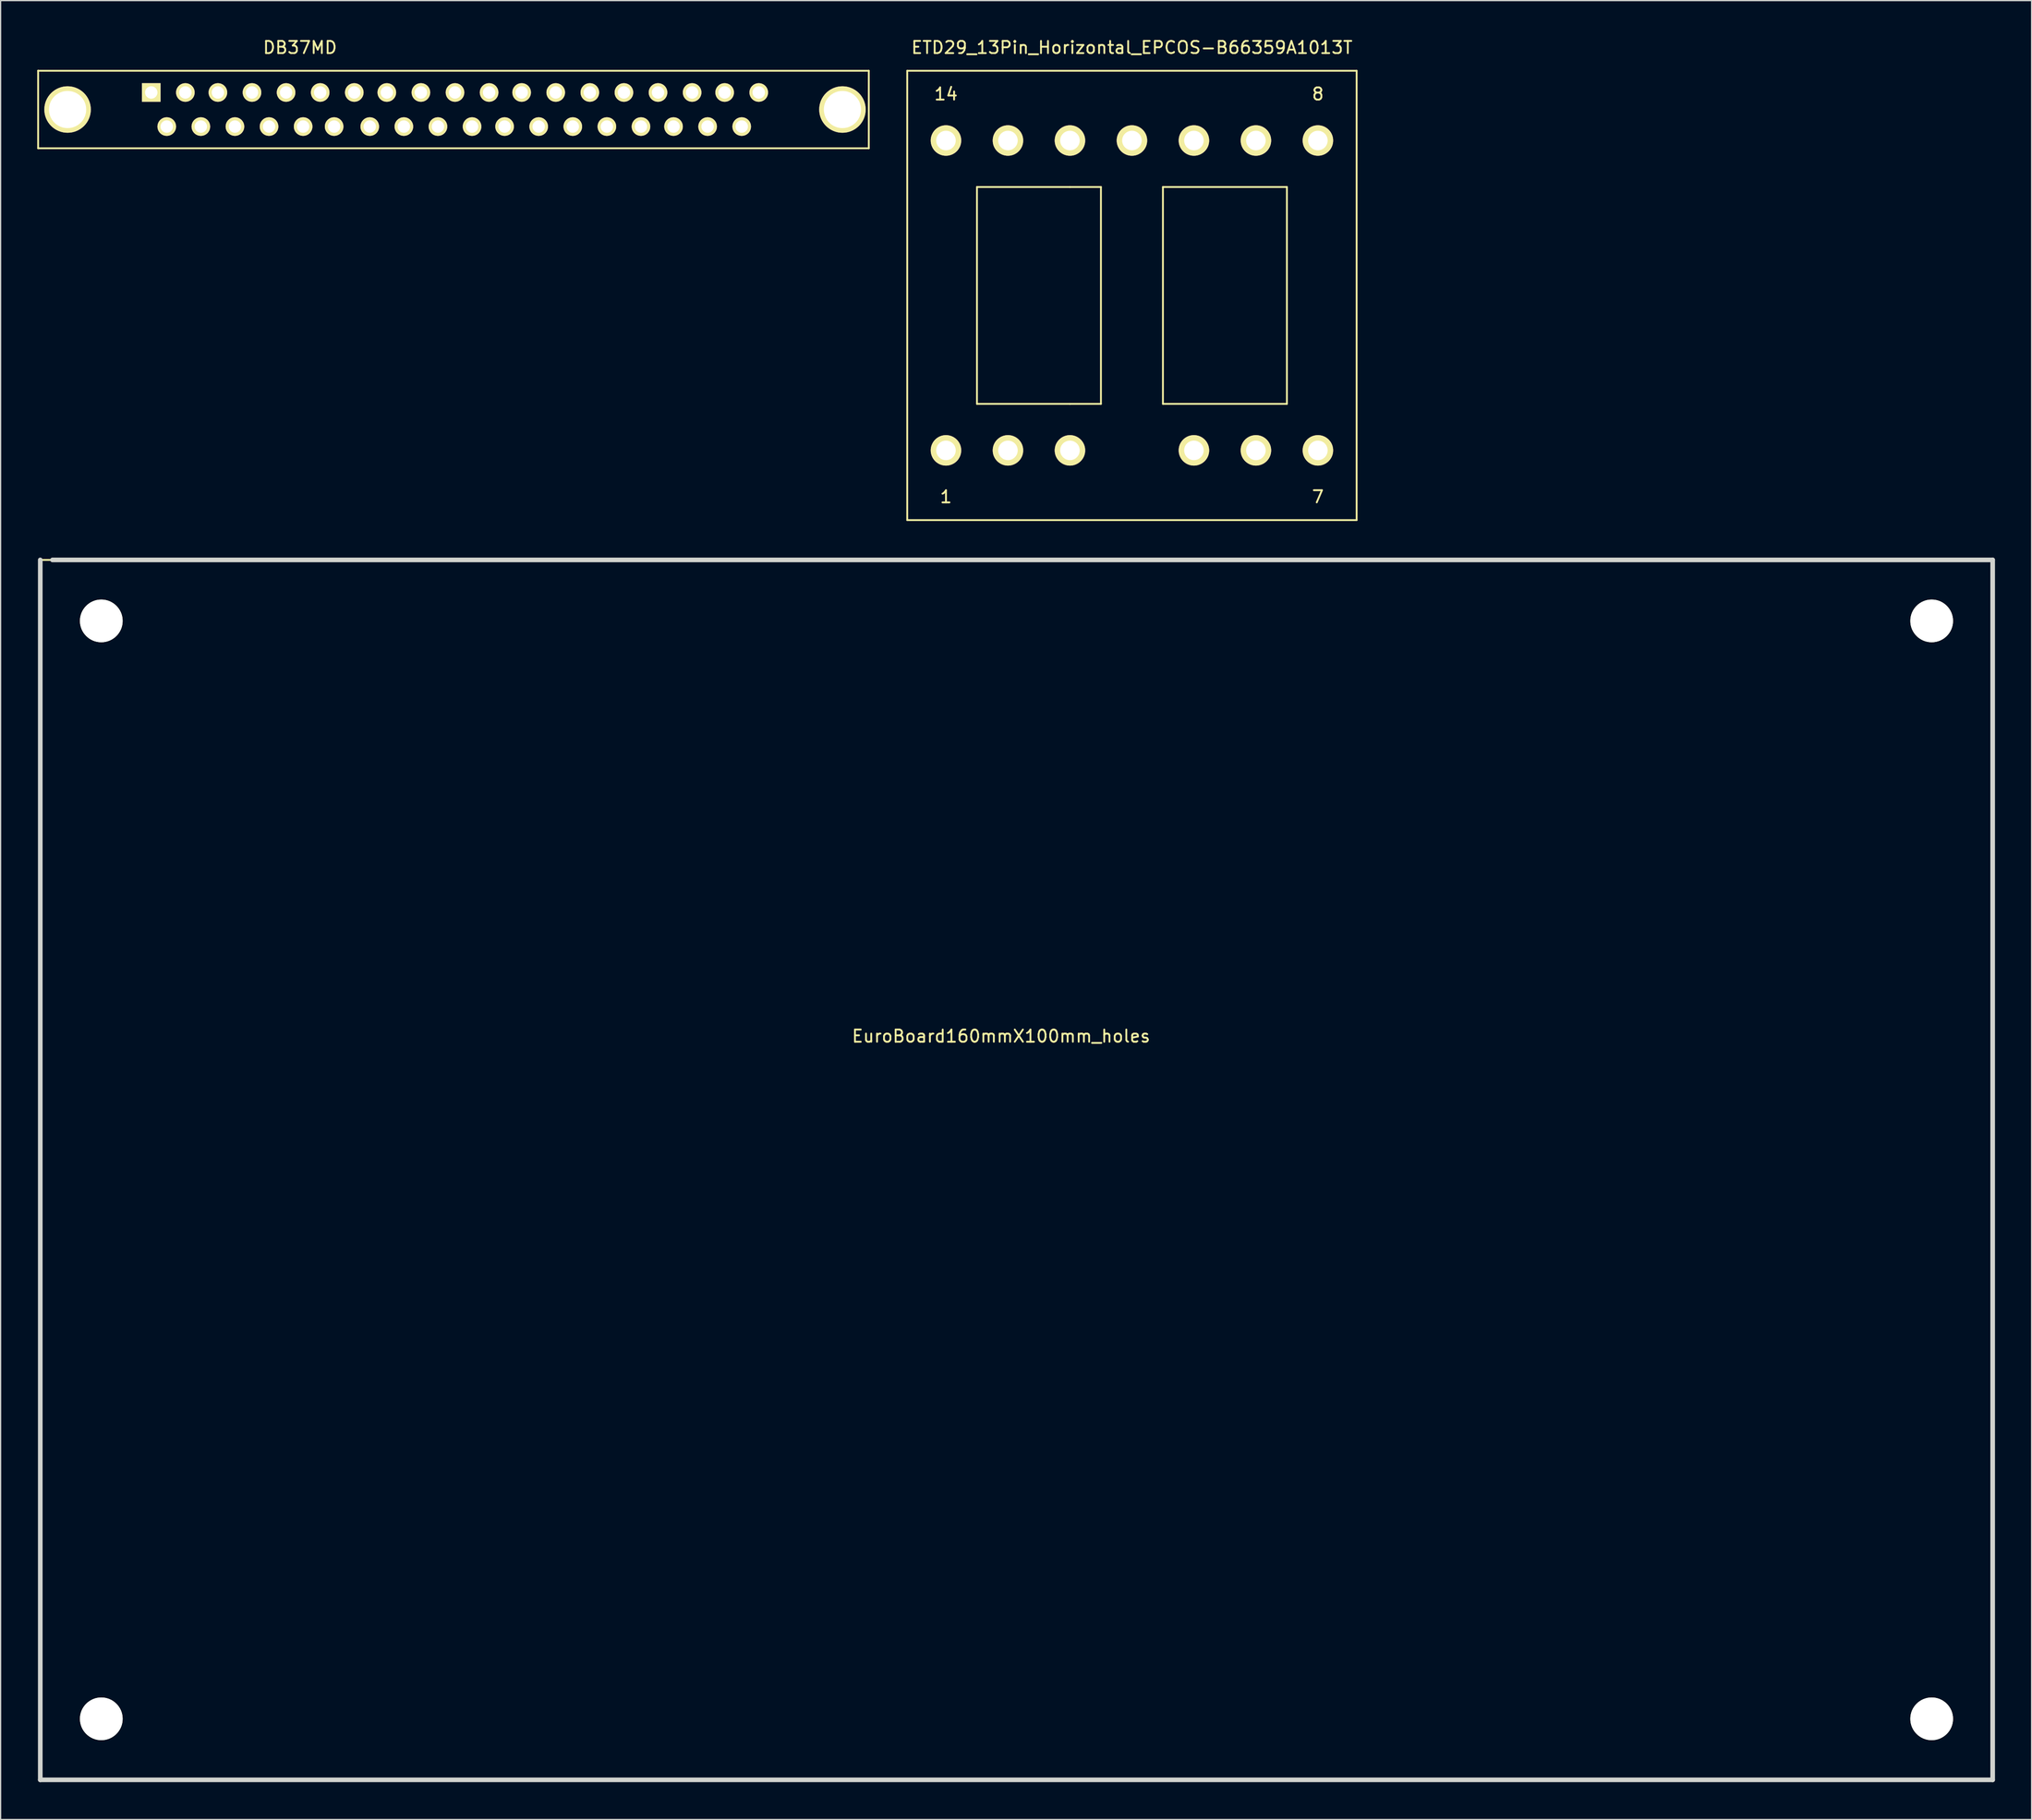
<source format=kicad_pcb>
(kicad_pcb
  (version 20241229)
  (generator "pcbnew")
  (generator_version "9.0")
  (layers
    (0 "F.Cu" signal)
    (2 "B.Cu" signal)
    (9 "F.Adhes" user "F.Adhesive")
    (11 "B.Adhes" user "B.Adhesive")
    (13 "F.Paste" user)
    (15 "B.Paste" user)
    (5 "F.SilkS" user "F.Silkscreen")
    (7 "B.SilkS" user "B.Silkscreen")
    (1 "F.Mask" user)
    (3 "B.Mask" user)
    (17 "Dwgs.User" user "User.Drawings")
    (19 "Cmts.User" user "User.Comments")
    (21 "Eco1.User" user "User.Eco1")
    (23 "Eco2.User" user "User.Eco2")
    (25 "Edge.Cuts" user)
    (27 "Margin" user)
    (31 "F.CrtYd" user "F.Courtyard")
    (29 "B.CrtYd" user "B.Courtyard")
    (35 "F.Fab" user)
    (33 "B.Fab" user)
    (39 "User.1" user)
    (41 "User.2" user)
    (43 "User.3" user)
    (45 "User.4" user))
  (footprint "DB37MD"
    (layer "F.Cu")
    (at 34.238 5.928)
    (property "Reference" "DB37MD" (at -12.7 -5.08 0) (layer "F.SilkS") (effects (font (size 1 1) (thickness 0.15))))
    (attr through_hole)
    (fp_line (start -34.163 -3.175) (end -34.163 -3.175) (stroke (width 0.15) (type solid)) (layer "F.SilkS"))
    (fp_line (start -34.163 -3.175) (end -34.163 3.175) (stroke (width 0.15) (type solid)) (layer "F.SilkS"))
    (fp_line (start -34.163 3.175) (end 33.909 3.175) (stroke (width 0.15) (type solid)) (layer "F.SilkS"))
    (fp_line (start 33.909 -3.175) (end -34.163 -3.175) (stroke (width 0.15) (type solid)) (layer "F.SilkS"))
    (fp_line (start 33.909 3.175) (end 33.909 -3.175) (stroke (width 0.15) (type solid)) (layer "F.SilkS"))
    (pad "" thru_hole circle (at -31.75 0) (size 3.81 3.81) (drill 3.048) (layers "*.Cu" "*.Mask" "F.SilkS"))
    (pad "" thru_hole circle (at 31.75 0) (size 3.81 3.81) (drill 3.048) (layers "*.Cu" "*.Mask" "F.SilkS"))
    (pad "1" thru_hole rect (at -24.892 -1.397) (size 1.524 1.524) (drill 1.016) (layers "*.Cu" "*.Mask" "F.SilkS"))
    (pad "2" thru_hole circle (at -22.098 -1.397) (size 1.524 1.524) (drill 1.016) (layers "*.Cu" "*.Mask" "F.SilkS"))
    (pad "3" thru_hole circle (at -19.431 -1.397) (size 1.524 1.524) (drill 1.016) (layers "*.Cu" "*.Mask" "F.SilkS"))
    (pad "4" thru_hole circle (at -16.637 -1.397) (size 1.524 1.524) (drill 1.016) (layers "*.Cu" "*.Mask" "F.SilkS"))
    (pad "5" thru_hole circle (at -13.843 -1.397) (size 1.524 1.524) (drill 1.016) (layers "*.Cu" "*.Mask" "F.SilkS"))
    (pad "6" thru_hole circle (at -11.049 -1.397) (size 1.524 1.524) (drill 1.016) (layers "*.Cu" "*.Mask" "F.SilkS"))
    (pad "7" thru_hole circle (at -8.255 -1.397) (size 1.524 1.524) (drill 1.016) (layers "*.Cu" "*.Mask" "F.SilkS"))
    (pad "8" thru_hole circle (at -5.588 -1.397) (size 1.524 1.524) (drill 1.016) (layers "*.Cu" "*.Mask" "F.SilkS"))
    (pad "9" thru_hole circle (at -2.794 -1.397) (size 1.524 1.524) (drill 1.016) (layers "*.Cu" "*.Mask" "F.SilkS"))
    (pad "10" thru_hole circle (at 0 -1.397) (size 1.524 1.524) (drill 1.016) (layers "*.Cu" "*.Mask" "F.SilkS"))
    (pad "11" thru_hole circle (at 2.794 -1.397) (size 1.524 1.524) (drill 1.016) (layers "*.Cu" "*.Mask" "F.SilkS"))
    (pad "12" thru_hole circle (at 5.461 -1.397) (size 1.524 1.524) (drill 1.016) (layers "*.Cu" "*.Mask" "F.SilkS"))
    (pad "13" thru_hole circle (at 8.255 -1.397) (size 1.524 1.524) (drill 1.016) (layers "*.Cu" "*.Mask" "F.SilkS"))
    (pad "14" thru_hole circle (at 11.049 -1.397) (size 1.524 1.524) (drill 1.016) (layers "*.Cu" "*.Mask" "F.SilkS"))
    (pad "15" thru_hole circle (at 13.843 -1.397) (size 1.524 1.524) (drill 1.016) (layers "*.Cu" "*.Mask" "F.SilkS"))
    (pad "16" thru_hole circle (at 16.637 -1.397) (size 1.524 1.524) (drill 1.016) (layers "*.Cu" "*.Mask" "F.SilkS"))
    (pad "17" thru_hole circle (at 19.431 -1.397) (size 1.524 1.524) (drill 1.016) (layers "*.Cu" "*.Mask" "F.SilkS"))
    (pad "18" thru_hole circle (at 22.098 -1.397) (size 1.524 1.524) (drill 1.016) (layers "*.Cu" "*.Mask" "F.SilkS"))
    (pad "19" thru_hole circle (at 24.892 -1.397) (size 1.524 1.524) (drill 1.016) (layers "*.Cu" "*.Mask" "F.SilkS"))
    (pad "20" thru_hole circle (at -23.622 1.397) (size 1.524 1.524) (drill 1.016) (layers "*.Cu" "*.Mask" "F.SilkS"))
    (pad "21" thru_hole circle (at -20.828 1.397) (size 1.524 1.524) (drill 1.016) (layers "*.Cu" "*.Mask" "F.SilkS"))
    (pad "22" thru_hole circle (at -18.034 1.397) (size 1.524 1.524) (drill 1.016) (layers "*.Cu" "*.Mask" "F.SilkS"))
    (pad "23" thru_hole circle (at -15.24 1.397) (size 1.524 1.524) (drill 1.016) (layers "*.Cu" "*.Mask" "F.SilkS"))
    (pad "24" thru_hole circle (at -12.446 1.397) (size 1.524 1.524) (drill 1.016) (layers "*.Cu" "*.Mask" "F.SilkS"))
    (pad "25" thru_hole circle (at -9.906 1.397) (size 1.524 1.524) (drill 1.016) (layers "*.Cu" "*.Mask" "F.SilkS"))
    (pad "26" thru_hole circle (at -6.985 1.397) (size 1.524 1.524) (drill 1.016) (layers "*.Cu" "*.Mask" "F.SilkS"))
    (pad "27" thru_hole circle (at -4.191 1.397) (size 1.524 1.524) (drill 1.016) (layers "*.Cu" "*.Mask" "F.SilkS"))
    (pad "28" thru_hole circle (at -1.397 1.397) (size 1.524 1.524) (drill 1.016) (layers "*.Cu" "*.Mask" "F.SilkS"))
    (pad "29" thru_hole circle (at 1.397 1.397) (size 1.524 1.524) (drill 1.016) (layers "*.Cu" "*.Mask" "F.SilkS"))
    (pad "30" thru_hole circle (at 4.064 1.397) (size 1.524 1.524) (drill 1.016) (layers "*.Cu" "*.Mask" "F.SilkS"))
    (pad "31" thru_hole circle (at 6.858 1.397) (size 1.524 1.524) (drill 1.016) (layers "*.Cu" "*.Mask" "F.SilkS"))
    (pad "32" thru_hole circle (at 9.652 1.397) (size 1.524 1.524) (drill 1.016) (layers "*.Cu" "*.Mask" "F.SilkS"))
    (pad "33" thru_hole circle (at 12.446 1.397) (size 1.524 1.524) (drill 1.016) (layers "*.Cu" "*.Mask" "F.SilkS"))
    (pad "34" thru_hole circle (at 15.24 1.397) (size 1.524 1.524) (drill 1.016) (layers "*.Cu" "*.Mask" "F.SilkS"))
    (pad "35" thru_hole circle (at 17.907 1.397) (size 1.524 1.524) (drill 1.016) (layers "*.Cu" "*.Mask" "F.SilkS"))
    (pad "36" thru_hole circle (at 20.701 1.397) (size 1.524 1.524) (drill 1.016) (layers "*.Cu" "*.Mask" "F.SilkS"))
    (pad "37" thru_hole circle (at 23.495 1.397) (size 1.524 1.524) (drill 1.016) (layers "*.Cu" "*.Mask" "F.SilkS")))
  (footprint "ETD29_13Pin_Horizontal_EPCOS-B66359A1013T"
    (layer "F.Cu")
    (at 89.712 21.168)
    (property "Reference" "ETD29_13Pin_Horizontal_EPCOS-B66359A1013T" (at 0 -20.32 0) (layer "F.SilkS") (effects (font (size 1 1) (thickness 0.15))))
    (attr through_hole)
    (fp_line (start -18.415 -18.415) (end 18.415 -18.415) (stroke (width 0.15) (type solid)) (layer "F.SilkS"))
    (fp_line (start -18.415 18.415) (end -18.415 -18.415) (stroke (width 0.15) (type solid)) (layer "F.SilkS"))
    (fp_line (start -12.7 -8.89) (end -12.7 8.89) (stroke (width 0.15) (type solid)) (layer "F.SilkS"))
    (fp_line (start -12.7 8.89) (end -5.08 8.89) (stroke (width 0.15) (type solid)) (layer "F.SilkS"))
    (fp_line (start -5.08 -8.89) (end -12.7 -8.89) (stroke (width 0.15) (type solid)) (layer "F.SilkS"))
    (fp_line (start -5.08 -8.89) (end -2.54 -8.89) (stroke (width 0.15) (type solid)) (layer "F.SilkS"))
    (fp_line (start -2.54 -8.89) (end -2.54 8.89) (stroke (width 0.15) (type solid)) (layer "F.SilkS"))
    (fp_line (start -2.54 8.89) (end -5.08 8.89) (stroke (width 0.15) (type solid)) (layer "F.SilkS"))
    (fp_line (start 2.54 -8.89) (end 2.54 8.89) (stroke (width 0.15) (type solid)) (layer "F.SilkS"))
    (fp_line (start 2.54 8.89) (end 12.7 8.89) (stroke (width 0.15) (type solid)) (layer "F.SilkS"))
    (fp_line (start 12.7 -8.89) (end 2.54 -8.89) (stroke (width 0.15) (type solid)) (layer "F.SilkS"))
    (fp_line (start 12.7 8.89) (end 12.7 -8.89) (stroke (width 0.15) (type solid)) (layer "F.SilkS"))
    (fp_line (start 18.415 -18.415) (end 18.415 18.415) (stroke (width 0.15) (type solid)) (layer "F.SilkS"))
    (fp_line (start 18.415 18.415) (end -18.415 18.415) (stroke (width 0.15) (type solid)) (layer "F.SilkS"))
    (fp_text user "14" (at -15.24 -16.51 0) (layer "F.SilkS") (effects (font (size 1 1) (thickness 0.15))))
    (fp_text user "8" (at 15.24 -16.51 0) (layer "F.SilkS") (effects (font (size 1 1) (thickness 0.15))))
    (fp_text user "1" (at -15.24 16.51 0) (layer "F.SilkS") (effects (font (size 1 1) (thickness 0.15))))
    (fp_text user "7" (at 15.24 16.51 0) (layer "F.SilkS") (effects (font (size 1 1) (thickness 0.15))))
    (pad "1" thru_hole circle (at -15.24 12.7) (size 2.499 2.499) (drill 1.6) (layers "*.Cu" "*.Mask" "F.SilkS"))
    (pad "2" thru_hole circle (at -10.16 12.7) (size 2.499 2.499) (drill 1.6) (layers "*.Cu" "*.Mask" "F.SilkS"))
    (pad "3" thru_hole circle (at -5.08 12.7) (size 2.499 2.499) (drill 1.6) (layers "*.Cu" "*.Mask" "F.SilkS"))
    (pad "5" thru_hole circle (at 5.08 12.7) (size 2.499 2.499) (drill 1.6) (layers "*.Cu" "*.Mask" "F.SilkS"))
    (pad "6" thru_hole circle (at 10.16 12.7) (size 2.499 2.499) (drill 1.6) (layers "*.Cu" "*.Mask" "F.SilkS"))
    (pad "7" thru_hole circle (at 15.24 12.7) (size 2.499 2.499) (drill 1.6) (layers "*.Cu" "*.Mask" "F.SilkS"))
    (pad "8" thru_hole circle (at 15.24 -12.7) (size 2.499 2.499) (drill 1.6) (layers "*.Cu" "*.Mask" "F.SilkS"))
    (pad "9" thru_hole circle (at 10.16 -12.7) (size 2.499 2.499) (drill 1.6) (layers "*.Cu" "*.Mask" "F.SilkS"))
    (pad "10" thru_hole circle (at 5.08 -12.7) (size 2.499 2.499) (drill 1.6) (layers "*.Cu" "*.Mask" "F.SilkS"))
    (pad "11" thru_hole circle (at 0 -12.7) (size 2.499 2.499) (drill 1.6) (layers "*.Cu" "*.Mask" "F.SilkS"))
    (pad "12" thru_hole circle (at -5.08 -12.7) (size 2.499 2.499) (drill 1.6) (layers "*.Cu" "*.Mask" "F.SilkS"))
    (pad "13" thru_hole circle (at -10.16 -12.7) (size 2.499 2.499) (drill 1.6) (layers "*.Cu" "*.Mask" "F.SilkS"))
    (pad "14" thru_hole circle (at -15.24 -12.7) (size 2.499 2.499) (drill 1.6) (layers "*.Cu" "*.Mask" "F.SilkS")))
  (footprint "EuroBoard160mmX100mm_holes"
    (layer "F.Cu")
    (at 0.25 142.849)
    (property "Reference" "EuroBoard160mmX100mm_holes" (at 78.74 -60.96 0) (layer "F.SilkS") (effects (font (size 1 1) (thickness 0.15))))
    (attr through_hole)
    (fp_line (start 1.001 -100) (end 0 -100) (stroke (width 0.15) (type solid)) (layer "F.SilkS"))
    (fp_line (start 0 -100) (end 0 0) (stroke (width 0.381) (type solid)) (layer "Edge.Cuts"))
    (fp_line (start 0 0) (end 160 0) (stroke (width 0.381) (type solid)) (layer "Edge.Cuts"))
    (fp_line (start 160 -100) (end 1.001 -100) (stroke (width 0.381) (type solid)) (layer "Edge.Cuts"))
    (fp_line (start 160 0) (end 160 -100) (stroke (width 0.381) (type solid)) (layer "Edge.Cuts"))
    (pad "" np_thru_hole circle (at 5.001 -95.001) (size 3.5 3.5) (drill 3.5) (layers "*.Cu" "*.Mask" "F.SilkS"))
    (pad "" np_thru_hole circle (at 5.001 -5.001) (size 3.5 3.5) (drill 3.5) (layers "*.Cu" "*.Mask" "F.SilkS"))
    (pad "" np_thru_hole circle (at 155.001 -95.001) (size 3.5 3.5) (drill 3.5) (layers "*.Cu" "*.Mask" "F.SilkS"))
    (pad "" np_thru_hole circle (at 155.001 -5.001) (size 3.5 3.5) (drill 3.5) (layers "*.Cu" "*.Mask" "F.SilkS")))
  (gr_rect
    (start -3 -3)
    (end 163.44 146.099)
    (stroke (width 0.1) (type default))
    (fill no)
    (layer "Edge.Cuts")))
</source>
